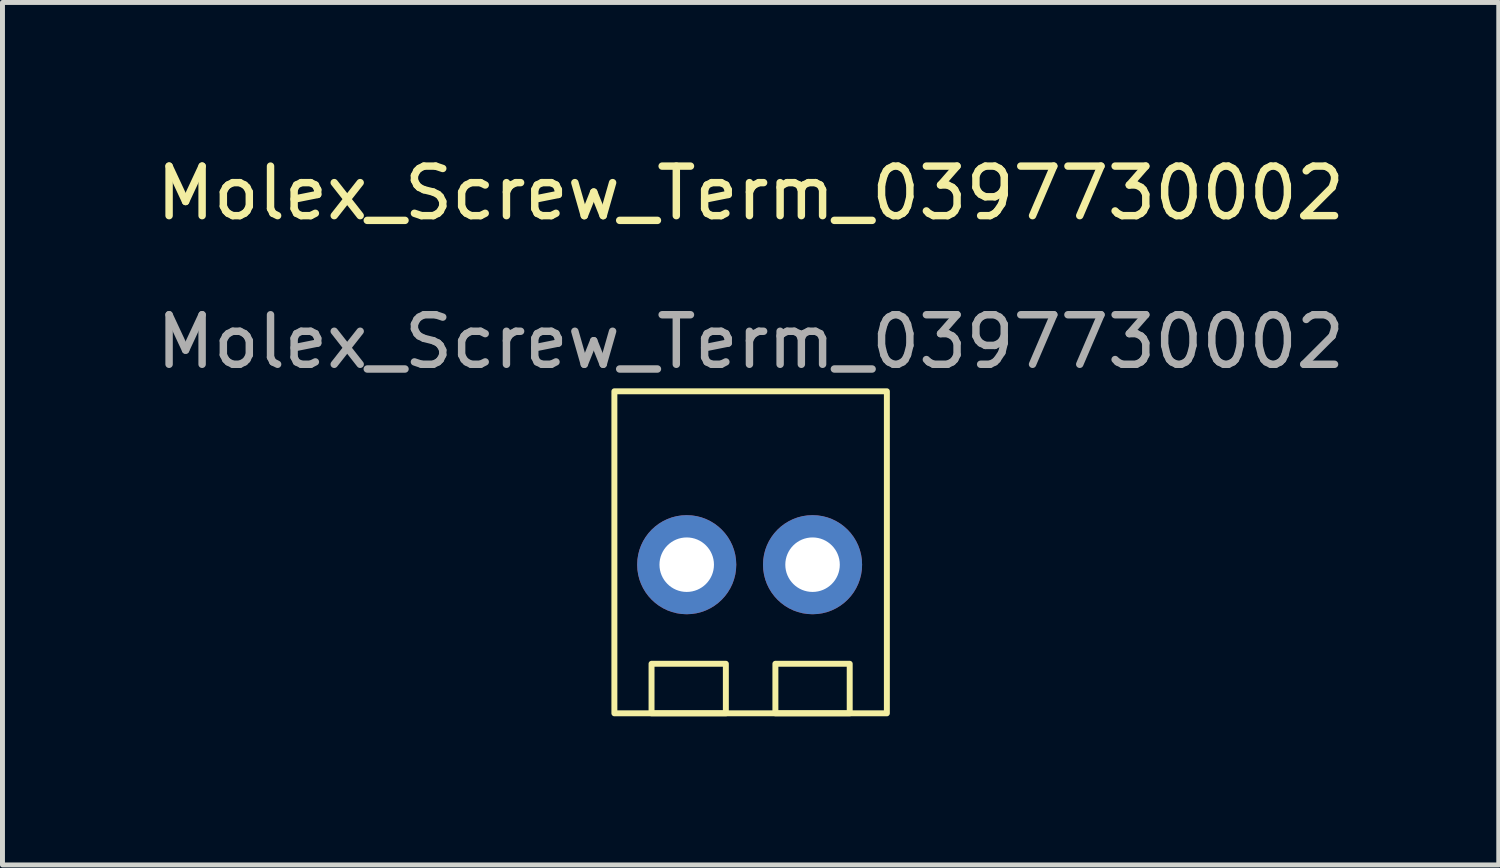
<source format=kicad_pcb>
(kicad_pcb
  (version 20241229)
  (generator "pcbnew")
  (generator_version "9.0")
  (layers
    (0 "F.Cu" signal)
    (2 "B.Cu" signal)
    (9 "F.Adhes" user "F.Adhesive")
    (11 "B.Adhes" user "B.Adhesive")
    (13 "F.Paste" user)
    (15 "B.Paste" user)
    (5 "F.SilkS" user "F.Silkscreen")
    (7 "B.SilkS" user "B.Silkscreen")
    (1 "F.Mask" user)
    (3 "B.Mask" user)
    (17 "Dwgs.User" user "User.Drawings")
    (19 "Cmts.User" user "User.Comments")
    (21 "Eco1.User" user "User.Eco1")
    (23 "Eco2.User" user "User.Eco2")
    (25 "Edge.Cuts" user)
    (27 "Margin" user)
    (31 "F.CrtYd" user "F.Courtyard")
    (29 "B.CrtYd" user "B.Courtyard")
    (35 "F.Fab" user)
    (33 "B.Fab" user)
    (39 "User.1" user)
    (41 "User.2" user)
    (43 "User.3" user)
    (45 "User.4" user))
  (footprint "Molex_Screw_Term_0397730002"
    (layer "F.Cu")
    (at 12.101 8.348)
    (property "Reference" "Molex_Screw_Term_0397730002" (at 0 -7.5 0) (unlocked yes) (layer "F.SilkS") (effects (font (size 1 1) (thickness 0.15))))
    (attr smd)
    (fp_rect (start -2.75 -3.5) (end 2.75 3) (stroke (width 0.12) (type solid)) (fill no) (layer "F.SilkS"))
    (fp_rect (start -0.5 3) (end -2 2) (stroke (width 0.12) (type solid)) (fill no) (layer "F.SilkS"))
    (fp_rect (start 2 3) (end 0.5 2) (stroke (width 0.12) (type solid)) (fill no) (layer "F.SilkS"))
    (fp_text user "${REFERENCE}" (at 0 -4.5 0) (unlocked yes) (layer "F.Fab") (effects (font (size 1 1) (thickness 0.15))))
    (pad "1" thru_hole circle (at -1.29 0) (size 2 2) (drill 1.1) (layers "*.Cu" "*.Mask"))
    (pad "2" thru_hole circle (at 1.25 0) (size 2 2) (drill 1.1) (layers "*.Cu" "*.Mask")))
  (gr_rect
    (start -3 -3)
    (end 27.202 14.408)
    (stroke (width 0.1) (type default))
    (fill no)
    (layer "Edge.Cuts")))
</source>
